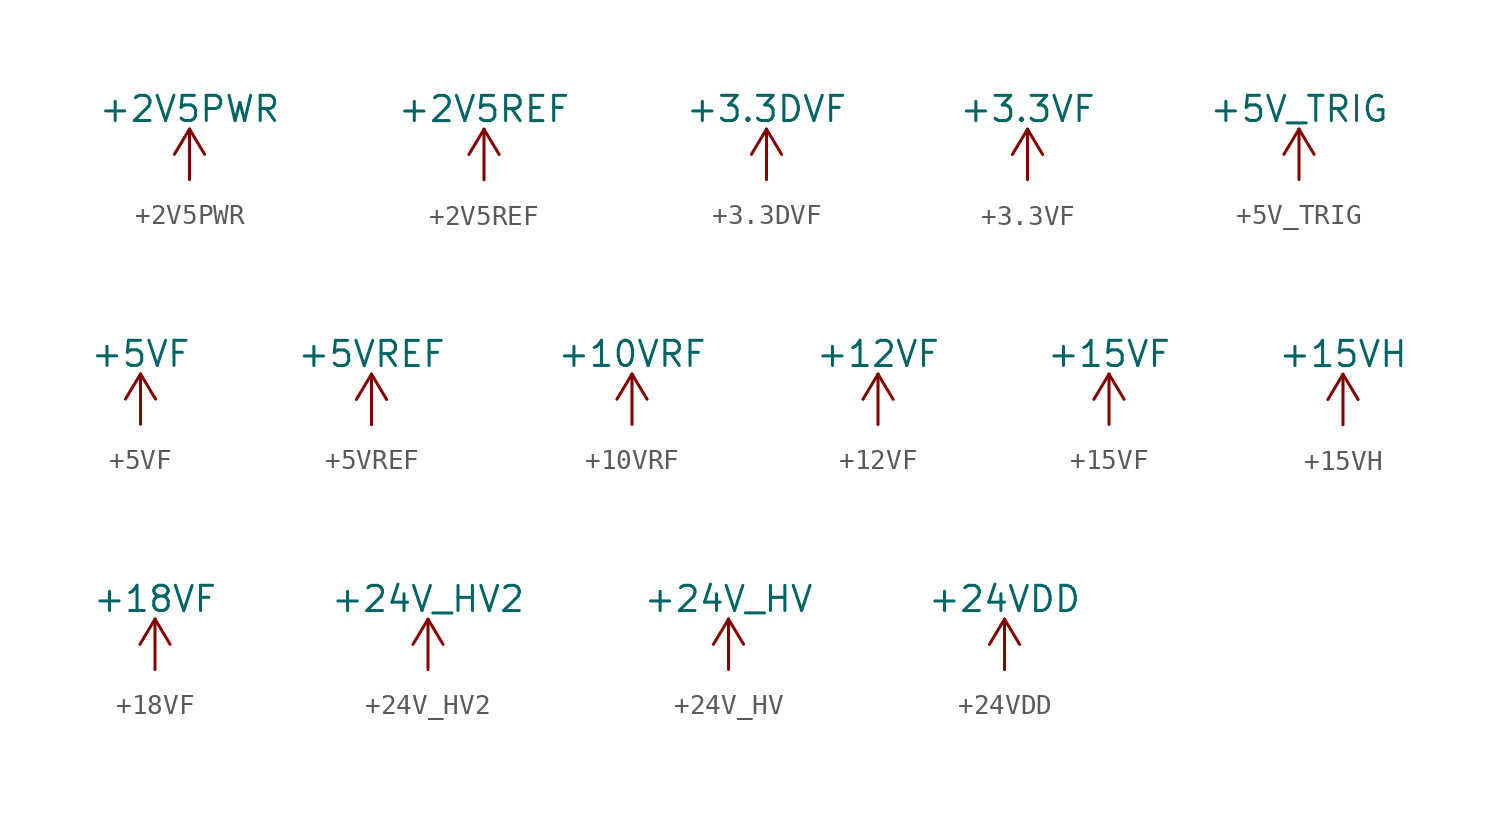
<source format=kicad_sym>
(kicad_symbol_lib
  (version 20220914)
  (generator kicad_symbol_editor)
  (symbol "+2V5PWR"
    (power)
    (pin_names
      (offset 0))
    (property "Reference" "#PWR"
      (at 0 -3.81 0)
      (effects (font (size 1.27 1.27)) hide))
    (property "Value" "+2V5PWR"
      (at 0 3.556 0)
      (effects (font (size 1.27 1.27))))
    (symbol "+2V5PWR_0_1"
      (polyline (pts (xy -0.762 1.27) (xy 0 2.54)) (stroke (width 0) (type default)) (fill (type none)))
      (polyline (pts (xy 0 0) (xy 0 2.54)) (stroke (width 0) (type default)) (fill (type none)))
      (polyline (pts (xy 0 2.54) (xy 0.762 1.27)) (stroke (width 0) (type default)) (fill (type none))))
    (symbol "+2V5PWR_1_1"
      (pin power_in line (at 0 0 90) (length 0) hide (name "+2V5PWR" (effects (font (size 1.27 1.27)))) (number "1" (effects (font (size 1.27 1.27)))))))
  (symbol "+2V5REF"
    (power)
    (pin_names
      (offset 0))
    (property "Reference" "#PWR"
      (at 0 -3.81 0)
      (effects (font (size 1.27 1.27)) hide))
    (property "Value" "+2V5REF"
      (at 0 3.556 0)
      (effects (font (size 1.27 1.27))))
    (symbol "+2V5REF_0_1"
      (polyline (pts (xy -0.762 1.27) (xy 0 2.54)) (stroke (width 0) (type default)) (fill (type none)))
      (polyline (pts (xy 0 0) (xy 0 2.54)) (stroke (width 0) (type default)) (fill (type none)))
      (polyline (pts (xy 0 2.54) (xy 0.762 1.27)) (stroke (width 0) (type default)) (fill (type none))))
    (symbol "+2V5REF_1_1"
      (pin power_in line (at 0 0 90) (length 0) hide (name "+2V5REF" (effects (font (size 1.27 1.27)))) (number "1" (effects (font (size 1.27 1.27)))))))
  (symbol "+3.3DVF"
    (power)
    (pin_names
      (offset 0))
    (property "Reference" "#PWR"
      (at 0 -3.81 0)
      (effects (font (size 1.27 1.27)) hide))
    (property "Value" "+3.3DVF"
      (at 0 3.556 0)
      (effects (font (size 1.27 1.27))))
    (symbol "+3.3DVF_0_1"
      (polyline (pts (xy -0.762 1.27) (xy 0 2.54)) (stroke (width 0) (type default)) (fill (type none)))
      (polyline (pts (xy 0 0) (xy 0 2.54)) (stroke (width 0) (type default)) (fill (type none)))
      (polyline (pts (xy 0 2.54) (xy 0.762 1.27)) (stroke (width 0) (type default)) (fill (type none))))
    (symbol "+3.3DVF_1_1"
      (pin power_in line (at 0 0 90) (length 0) hide (name "+3.3DVF" (effects (font (size 1.27 1.27)))) (number "1" (effects (font (size 1.27 1.27)))))))
  (symbol "+3.3VF"
    (power)
    (pin_names
      (offset 0))
    (property "Reference" "#PWR"
      (at 0 -3.81 0)
      (effects (font (size 1.27 1.27)) hide))
    (property "Value" "+3.3VF"
      (at 0 3.556 0)
      (effects (font (size 1.27 1.27))))
    (symbol "+3.3VF_0_1"
      (polyline (pts (xy -0.762 1.27) (xy 0 2.54)) (stroke (width 0) (type default)) (fill (type none)))
      (polyline (pts (xy 0 0) (xy 0 2.54)) (stroke (width 0) (type default)) (fill (type none)))
      (polyline (pts (xy 0 2.54) (xy 0.762 1.27)) (stroke (width 0) (type default)) (fill (type none))))
    (symbol "+3.3VF_1_1"
      (pin power_in line (at 0 0 90) (length 0) hide (name "+3.3VF" (effects (font (size 1.27 1.27)))) (number "1" (effects (font (size 1.27 1.27)))))))
  (symbol "+5V_TRIG"
    (power)
    (pin_names
      (offset 0))
    (property "Reference" "#PWR"
      (at 0 -3.81 0)
      (effects (font (size 1.27 1.27)) hide))
    (property "Value" "+5V_TRIG"
      (at 0 3.556 0)
      (effects (font (size 1.27 1.27))))
    (symbol "+5V_TRIG_0_1"
      (polyline (pts (xy -0.762 1.27) (xy 0 2.54)) (stroke (width 0) (type default)) (fill (type none)))
      (polyline (pts (xy 0 0) (xy 0 2.54)) (stroke (width 0) (type default)) (fill (type none)))
      (polyline (pts (xy 0 2.54) (xy 0.762 1.27)) (stroke (width 0) (type default)) (fill (type none))))
    (symbol "+5V_TRIG_1_1"
      (pin power_in line (at 0 0 90) (length 0) hide (name "+5V_TRIG" (effects (font (size 1.27 1.27)))) (number "1" (effects (font (size 1.27 1.27)))))))
  (symbol "+5VF"
    (power)
    (pin_names
      (offset 0))
    (property "Reference" "#PWR"
      (at 0 -3.81 0)
      (effects (font (size 1.27 1.27)) hide))
    (property "Value" "+5VF"
      (at 0 3.556 0)
      (effects (font (size 1.27 1.27))))
    (symbol "+5VF_0_1"
      (polyline (pts (xy -0.762 1.27) (xy 0 2.54)) (stroke (width 0) (type default)) (fill (type none)))
      (polyline (pts (xy 0 0) (xy 0 2.54)) (stroke (width 0) (type default)) (fill (type none)))
      (polyline (pts (xy 0 2.54) (xy 0.762 1.27)) (stroke (width 0) (type default)) (fill (type none))))
    (symbol "+5VF_1_1"
      (pin power_in line (at 0 0 90) (length 0) hide (name "+5VF" (effects (font (size 1.27 1.27)))) (number "1" (effects (font (size 1.27 1.27)))))))
  (symbol "+5VREF"
    (power)
    (pin_names
      (offset 0))
    (property "Reference" "#PWR"
      (at 0 -3.81 0)
      (effects (font (size 1.27 1.27)) hide))
    (property "Value" "+5VREF"
      (at 0 3.556 0)
      (effects (font (size 1.27 1.27))))
    (symbol "+5VREF_0_1"
      (polyline (pts (xy -0.762 1.27) (xy 0 2.54)) (stroke (width 0) (type default)) (fill (type none)))
      (polyline (pts (xy 0 0) (xy 0 2.54)) (stroke (width 0) (type default)) (fill (type none)))
      (polyline (pts (xy 0 2.54) (xy 0.762 1.27)) (stroke (width 0) (type default)) (fill (type none))))
    (symbol "+5VREF_1_1"
      (pin power_in line (at 0 0 90) (length 0) hide (name "+5VREF" (effects (font (size 1.27 1.27)))) (number "1" (effects (font (size 1.27 1.27)))))))
  (symbol "+10VRF"
    (power)
    (pin_names
      (offset 0))
    (property "Reference" "#PWR"
      (at 0 -3.81 0)
      (effects (font (size 1.27 1.27)) hide))
    (property "Value" "+10VRF"
      (at 0 3.556 0)
      (effects (font (size 1.27 1.27))))
    (symbol "+10VRF_0_1"
      (polyline (pts (xy -0.762 1.27) (xy 0 2.54)) (stroke (width 0) (type default)) (fill (type none)))
      (polyline (pts (xy 0 0) (xy 0 2.54)) (stroke (width 0) (type default)) (fill (type none)))
      (polyline (pts (xy 0 2.54) (xy 0.762 1.27)) (stroke (width 0) (type default)) (fill (type none))))
    (symbol "+10VRF_1_1"
      (pin power_in line (at 0 0 90) (length 0) hide (name "+10VRF" (effects (font (size 1.27 1.27)))) (number "1" (effects (font (size 1.27 1.27)))))))
  (symbol "+12VF"
    (power)
    (pin_names
      (offset 0))
    (property "Reference" "#PWR"
      (at 0 -3.81 0)
      (effects (font (size 1.27 1.27)) hide))
    (property "Value" "+12VF"
      (at 0 3.556 0)
      (effects (font (size 1.27 1.27))))
    (symbol "+12VF_0_1"
      (polyline (pts (xy -0.762 1.27) (xy 0 2.54)) (stroke (width 0) (type default)) (fill (type none)))
      (polyline (pts (xy 0 0) (xy 0 2.54)) (stroke (width 0) (type default)) (fill (type none)))
      (polyline (pts (xy 0 2.54) (xy 0.762 1.27)) (stroke (width 0) (type default)) (fill (type none))))
    (symbol "+12VF_1_1"
      (pin power_in line (at 0 0 90) (length 0) hide (name "+12VF" (effects (font (size 1.27 1.27)))) (number "1" (effects (font (size 1.27 1.27)))))))
  (symbol "+15VF"
    (power)
    (pin_names
      (offset 0))
    (property "Reference" "#PWR"
      (at 0 -3.81 0)
      (effects (font (size 1.27 1.27)) hide))
    (property "Value" "+15VF"
      (at 0 3.556 0)
      (effects (font (size 1.27 1.27))))
    (symbol "+15VF_0_1"
      (polyline (pts (xy -0.762 1.27) (xy 0 2.54)) (stroke (width 0) (type default)) (fill (type none)))
      (polyline (pts (xy 0 0) (xy 0 2.54)) (stroke (width 0) (type default)) (fill (type none)))
      (polyline (pts (xy 0 2.54) (xy 0.762 1.27)) (stroke (width 0) (type default)) (fill (type none))))
    (symbol "+15VF_1_1"
      (pin power_in line (at 0 0 90) (length 0) hide (name "+15VF" (effects (font (size 1.27 1.27)))) (number "1" (effects (font (size 1.27 1.27)))))))
  (symbol "+15VH"
    (power)
    (pin_names
      (offset 0))
    (property "Reference" "#PWR"
      (at 0 -3.81 0)
      (effects (font (size 1.27 1.27)) hide))
    (property "Value" "+15VH"
      (at 0 3.556 0)
      (effects (font (size 1.27 1.27))))
    (symbol "+15VH_0_1"
      (polyline (pts (xy -0.762 1.27) (xy 0 2.54)) (stroke (width 0) (type default)) (fill (type none)))
      (polyline (pts (xy 0 0) (xy 0 2.54)) (stroke (width 0) (type default)) (fill (type none)))
      (polyline (pts (xy 0 2.54) (xy 0.762 1.27)) (stroke (width 0) (type default)) (fill (type none))))
    (symbol "+15VH_1_1"
      (pin power_in line (at 0 0 90) (length 0) hide (name "+15VH" (effects (font (size 1.27 1.27)))) (number "1" (effects (font (size 1.27 1.27)))))))
  (symbol "+18VF"
    (power)
    (pin_names
      (offset 0))
    (property "Reference" "#PWR"
      (at 0 -3.81 0)
      (effects (font (size 1.27 1.27)) hide))
    (property "Value" "+18VF"
      (at 0 3.556 0)
      (effects (font (size 1.27 1.27))))
    (symbol "+18VF_0_1"
      (polyline (pts (xy -0.762 1.27) (xy 0 2.54)) (stroke (width 0) (type default)) (fill (type none)))
      (polyline (pts (xy 0 0) (xy 0 2.54)) (stroke (width 0) (type default)) (fill (type none)))
      (polyline (pts (xy 0 2.54) (xy 0.762 1.27)) (stroke (width 0) (type default)) (fill (type none))))
    (symbol "+18VF_1_1"
      (pin power_in line (at 0 0 90) (length 0) hide (name "+18VF" (effects (font (size 1.27 1.27)))) (number "1" (effects (font (size 1.27 1.27)))))))
  (symbol "+24V_HV2"
    (power)
    (pin_names
      (offset 0))
    (property "Reference" "#PWR"
      (at 0 -3.81 0)
      (effects (font (size 1.27 1.27)) hide))
    (property "Value" "+24V_HV2"
      (at 0 3.556 0)
      (effects (font (size 1.27 1.27))))
    (symbol "+24V_HV2_0_1"
      (polyline (pts (xy -0.762 1.27) (xy 0 2.54)) (stroke (width 0) (type default)) (fill (type none)))
      (polyline (pts (xy 0 0) (xy 0 2.54)) (stroke (width 0) (type default)) (fill (type none)))
      (polyline (pts (xy 0 2.54) (xy 0.762 1.27)) (stroke (width 0) (type default)) (fill (type none))))
    (symbol "+24V_HV2_1_1"
      (pin power_in line (at 0 0 90) (length 0) hide (name "+24V_HV2" (effects (font (size 1.27 1.27)))) (number "1" (effects (font (size 1.27 1.27)))))))
  (symbol "+24V_HV"
    (power)
    (pin_names
      (offset 0))
    (property "Reference" "#PWR"
      (at 0 -3.81 0)
      (effects (font (size 1.27 1.27)) hide))
    (property "Value" "+24V_HV"
      (at 0 3.556 0)
      (effects (font (size 1.27 1.27))))
    (symbol "+24V_HV_0_1"
      (polyline (pts (xy -0.762 1.27) (xy 0 2.54)) (stroke (width 0) (type default)) (fill (type none)))
      (polyline (pts (xy 0 0) (xy 0 2.54)) (stroke (width 0) (type default)) (fill (type none)))
      (polyline (pts (xy 0 2.54) (xy 0.762 1.27)) (stroke (width 0) (type default)) (fill (type none))))
    (symbol "+24V_HV_1_1"
      (pin power_in line (at 0 0 90) (length 0) hide (name "+24V_HV" (effects (font (size 1.27 1.27)))) (number "1" (effects (font (size 1.27 1.27)))))))
  (symbol "+24VDD"
    (power)
    (pin_names
      (offset 0))
    (property "Reference" "#PWR"
      (at 0 -3.81 0)
      (effects (font (size 1.27 1.27)) hide))
    (property "Value" "+24VDD"
      (at 0 3.556 0)
      (effects (font (size 1.27 1.27))))
    (symbol "+24VDD_0_1"
      (polyline (pts (xy -0.762 1.27) (xy 0 2.54)) (stroke (width 0) (type default)) (fill (type none)))
      (polyline (pts (xy 0 0) (xy 0 2.54)) (stroke (width 0) (type default)) (fill (type none)))
      (polyline (pts (xy 0 2.54) (xy 0.762 1.27)) (stroke (width 0) (type default)) (fill (type none))))
    (symbol "+24VDD_1_1"
      (pin power_in line (at 0 0 90) (length 0) hide (name "+24VDD" (effects (font (size 1.27 1.27)))) (number "1" (effects (font (size 1.27 1.27))))))))
</source>
